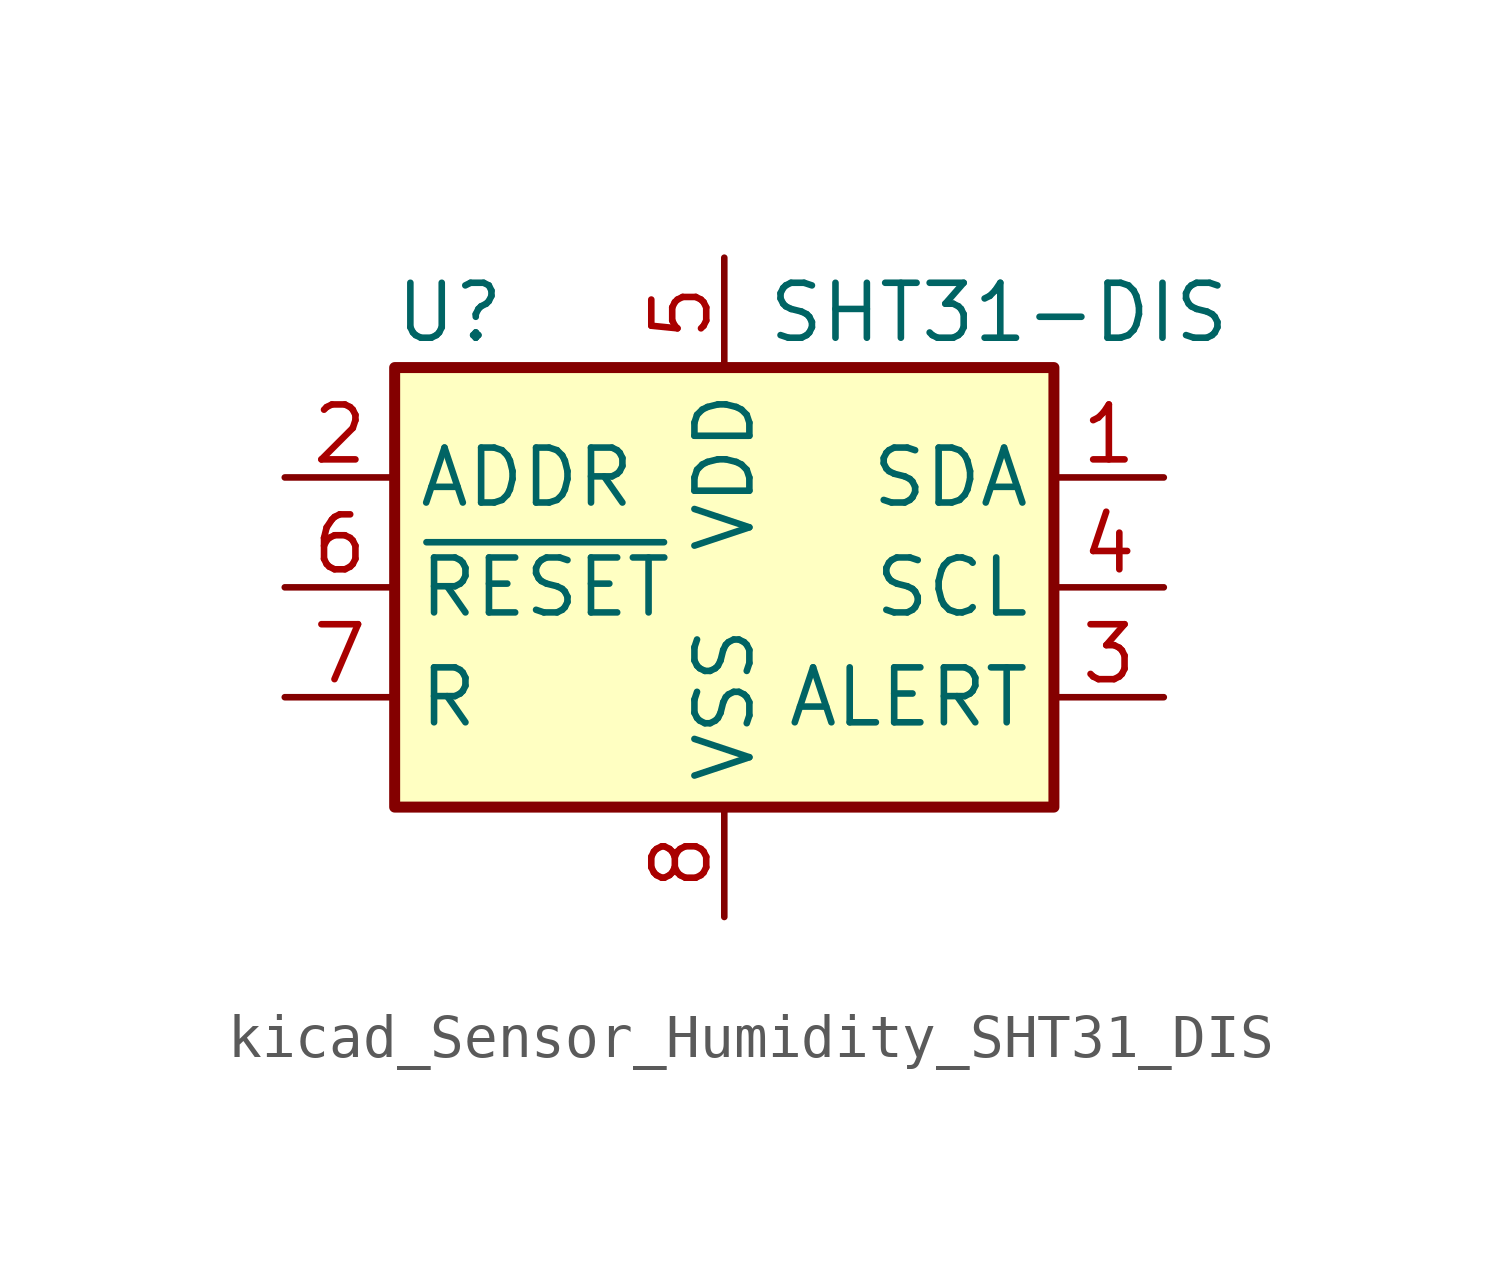
<source format=kicad_sym>
(kicad_symbol_lib
  (version 20220914)
  (generator kicad_symbol_editor)
  (symbol "kicad_Sensor_Humidity_SHT31_DIS"
    (property "Reference" "U"
      (at -6.35 6.35 0)
      (effects (font (size 1.27 1.27))))
    (property "Value" "SHT31-DIS"
      (at 6.35 6.35 0)
      (effects (font (size 1.27 1.27))))
    (symbol "kicad_Sensor_Humidity_SHT31_DIS_0_1"
      (rectangle (start -7.62 5.08) (end 7.62 -5.08) (stroke (width 0.254) (type default)) (fill (type background))))
    (symbol "kicad_Sensor_Humidity_SHT31_DIS_1_1"
      (pin bidirectional line (at 10.16 2.54 180) (length 2.54) (name "SDA" (effects (font (size 1.27 1.27)))) (number "1" (effects (font (size 1.27 1.27)))))
      (pin input line (at -10.16 2.54 0) (length 2.54) (name "ADDR" (effects (font (size 1.27 1.27)))) (number "2" (effects (font (size 1.27 1.27)))))
      (pin output line (at 10.16 -2.54 180) (length 2.54) (name "ALERT" (effects (font (size 1.27 1.27)))) (number "3" (effects (font (size 1.27 1.27)))))
      (pin input line (at 10.16 0 180) (length 2.54) (name "SCL" (effects (font (size 1.27 1.27)))) (number "4" (effects (font (size 1.27 1.27)))))
      (pin power_in line (at 0 7.62 270) (length 2.54) (name "VDD" (effects (font (size 1.27 1.27)))) (number "5" (effects (font (size 1.27 1.27)))))
      (pin input line (at -10.16 0 0) (length 2.54) (name "~{RESET}" (effects (font (size 1.27 1.27)))) (number "6" (effects (font (size 1.27 1.27)))))
      (pin passive line (at -10.16 -2.54 0) (length 2.54) (name "R" (effects (font (size 1.27 1.27)))) (number "7" (effects (font (size 1.27 1.27)))))
      (pin power_in line (at 0 -7.62 90) (length 2.54) (name "VSS" (effects (font (size 1.27 1.27)))) (number "8" (effects (font (size 1.27 1.27)))))
      (pin passive line (at 0 -7.62 90) (length 2.54) hide (name "VSS" (effects (font (size 1.27 1.27)))) (number "9" (effects (font (size 1.27 1.27))))))))
</source>
